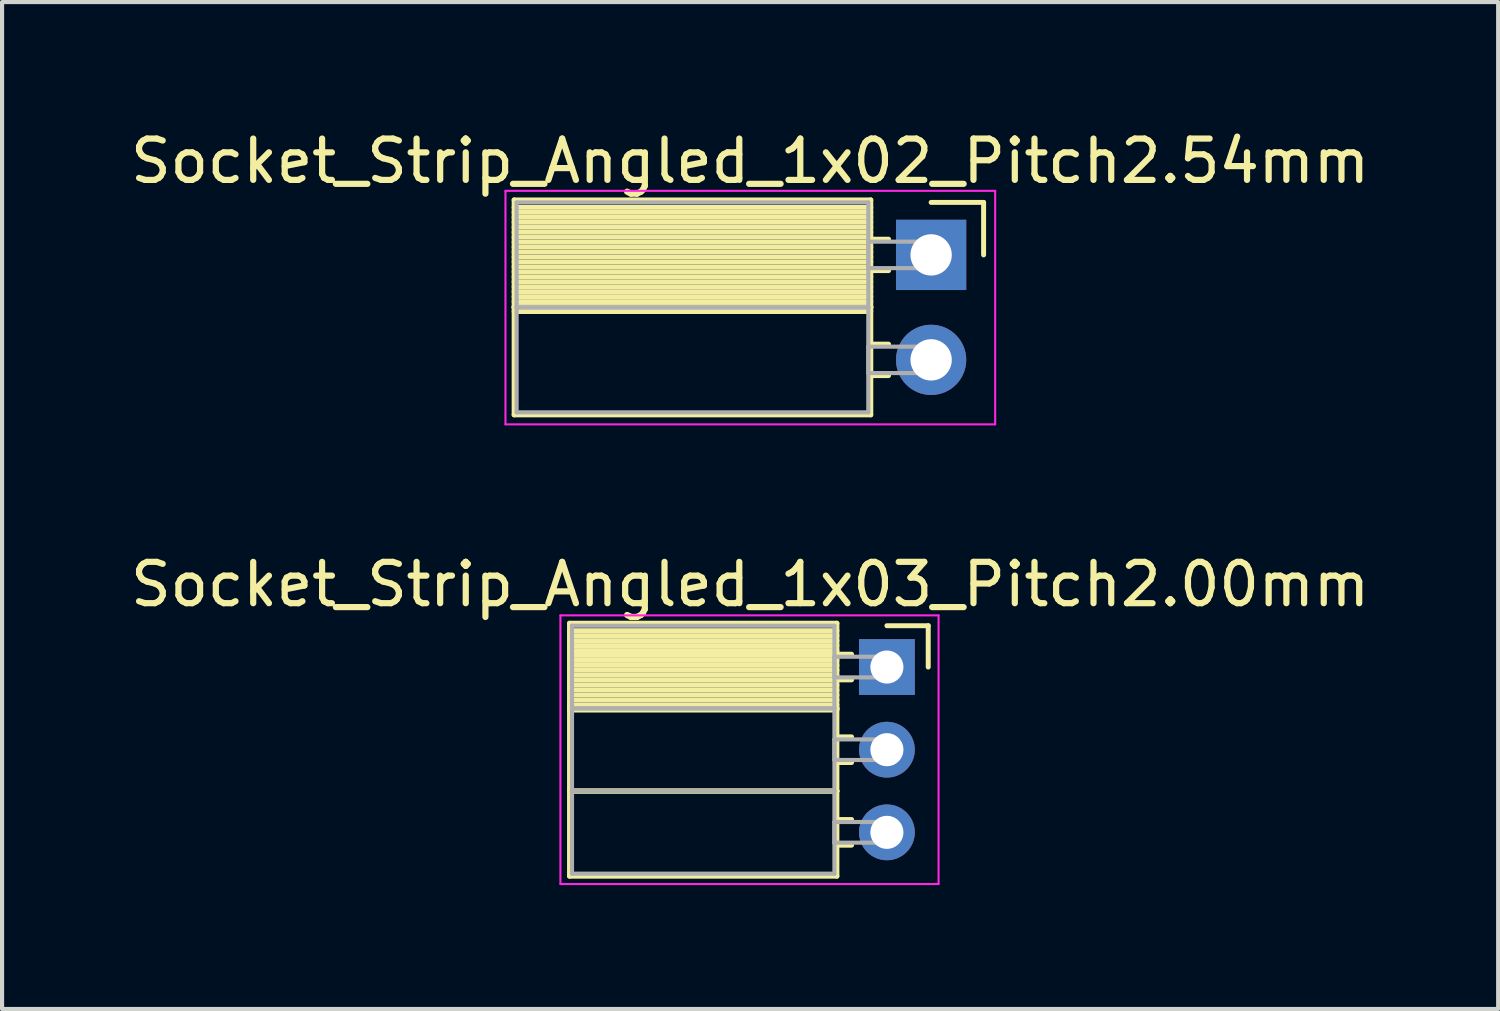
<source format=kicad_pcb>
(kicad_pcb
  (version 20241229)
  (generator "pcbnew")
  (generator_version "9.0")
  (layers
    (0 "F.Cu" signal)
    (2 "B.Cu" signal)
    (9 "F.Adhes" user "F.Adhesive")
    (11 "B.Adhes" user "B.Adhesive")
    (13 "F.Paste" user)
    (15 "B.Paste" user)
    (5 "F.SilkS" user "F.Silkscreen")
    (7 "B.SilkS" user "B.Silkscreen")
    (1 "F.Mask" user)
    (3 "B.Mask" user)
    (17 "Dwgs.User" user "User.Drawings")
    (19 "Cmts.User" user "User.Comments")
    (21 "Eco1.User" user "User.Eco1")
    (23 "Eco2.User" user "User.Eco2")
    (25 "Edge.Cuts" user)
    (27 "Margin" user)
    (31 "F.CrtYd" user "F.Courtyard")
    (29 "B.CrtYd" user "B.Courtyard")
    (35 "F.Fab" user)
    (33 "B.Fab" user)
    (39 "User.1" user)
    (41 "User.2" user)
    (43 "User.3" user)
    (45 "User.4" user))
  (footprint "Socket_Strip_Angled_1x02_Pitch2.54mm"
    (layer "F.Cu")
    (at 19.481 3.118)
    (property "Reference" "Socket_Strip_Angled_1x02_Pitch2.54mm" (at -4.38 -2.27 0) (layer "F.SilkS") (effects (font (size 1 1) (thickness 0.15))))
    (attr through_hole)
    (fp_line (start -10.09 -1.33) (end -1.46 -1.33) (stroke (width 0.12) (type solid)) (layer "F.SilkS"))
    (fp_line (start -10.09 1.27) (end -10.09 -1.33) (stroke (width 0.12) (type solid)) (layer "F.SilkS"))
    (fp_line (start -10.09 1.27) (end -1.46 1.27) (stroke (width 0.12) (type solid)) (layer "F.SilkS"))
    (fp_line (start -10.09 3.87) (end -10.09 1.27) (stroke (width 0.12) (type solid)) (layer "F.SilkS"))
    (fp_line (start -1.46 -1.33) (end -1.46 1.27) (stroke (width 0.12) (type solid)) (layer "F.SilkS"))
    (fp_line (start -1.46 -1.15) (end -10.09 -1.15) (stroke (width 0.12) (type solid)) (layer "F.SilkS"))
    (fp_line (start -1.46 -1.03) (end -10.09 -1.03) (stroke (width 0.12) (type solid)) (layer "F.SilkS"))
    (fp_line (start -1.46 -0.91) (end -10.09 -0.91) (stroke (width 0.12) (type solid)) (layer "F.SilkS"))
    (fp_line (start -1.46 -0.79) (end -10.09 -0.79) (stroke (width 0.12) (type solid)) (layer "F.SilkS"))
    (fp_line (start -1.46 -0.67) (end -10.09 -0.67) (stroke (width 0.12) (type solid)) (layer "F.SilkS"))
    (fp_line (start -1.46 -0.55) (end -10.09 -0.55) (stroke (width 0.12) (type solid)) (layer "F.SilkS"))
    (fp_line (start -1.46 -0.43) (end -10.09 -0.43) (stroke (width 0.12) (type solid)) (layer "F.SilkS"))
    (fp_line (start -1.46 -0.31) (end -10.09 -0.31) (stroke (width 0.12) (type solid)) (layer "F.SilkS"))
    (fp_line (start -1.46 -0.19) (end -10.09 -0.19) (stroke (width 0.12) (type solid)) (layer "F.SilkS"))
    (fp_line (start -1.46 -0.07) (end -10.09 -0.07) (stroke (width 0.12) (type solid)) (layer "F.SilkS"))
    (fp_line (start -1.46 0.05) (end -10.09 0.05) (stroke (width 0.12) (type solid)) (layer "F.SilkS"))
    (fp_line (start -1.46 0.17) (end -10.09 0.17) (stroke (width 0.12) (type solid)) (layer "F.SilkS"))
    (fp_line (start -1.46 0.29) (end -10.09 0.29) (stroke (width 0.12) (type solid)) (layer "F.SilkS"))
    (fp_line (start -1.46 0.41) (end -10.09 0.41) (stroke (width 0.12) (type solid)) (layer "F.SilkS"))
    (fp_line (start -1.46 0.53) (end -10.09 0.53) (stroke (width 0.12) (type solid)) (layer "F.SilkS"))
    (fp_line (start -1.46 0.65) (end -10.09 0.65) (stroke (width 0.12) (type solid)) (layer "F.SilkS"))
    (fp_line (start -1.46 0.77) (end -10.09 0.77) (stroke (width 0.12) (type solid)) (layer "F.SilkS"))
    (fp_line (start -1.46 0.89) (end -10.09 0.89) (stroke (width 0.12) (type solid)) (layer "F.SilkS"))
    (fp_line (start -1.46 1.01) (end -10.09 1.01) (stroke (width 0.12) (type solid)) (layer "F.SilkS"))
    (fp_line (start -1.46 1.13) (end -10.09 1.13) (stroke (width 0.12) (type solid)) (layer "F.SilkS"))
    (fp_line (start -1.46 1.25) (end -10.09 1.25) (stroke (width 0.12) (type solid)) (layer "F.SilkS"))
    (fp_line (start -1.46 1.27) (end -10.09 1.27) (stroke (width 0.12) (type solid)) (layer "F.SilkS"))
    (fp_line (start -1.46 1.27) (end -1.46 3.87) (stroke (width 0.12) (type solid)) (layer "F.SilkS"))
    (fp_line (start -1.46 1.37) (end -10.09 1.37) (stroke (width 0.12) (type solid)) (layer "F.SilkS"))
    (fp_line (start -1.46 3.87) (end -10.09 3.87) (stroke (width 0.12) (type solid)) (layer "F.SilkS"))
    (fp_line (start -1.03 -0.38) (end -1.46 -0.38) (stroke (width 0.12) (type solid)) (layer "F.SilkS"))
    (fp_line (start -1.03 0.38) (end -1.46 0.38) (stroke (width 0.12) (type solid)) (layer "F.SilkS"))
    (fp_line (start -1.03 2.16) (end -1.46 2.16) (stroke (width 0.12) (type solid)) (layer "F.SilkS"))
    (fp_line (start -1.03 2.92) (end -1.46 2.92) (stroke (width 0.12) (type solid)) (layer "F.SilkS"))
    (fp_line (start 0 -1.27) (end 1.27 -1.27) (stroke (width 0.12) (type solid)) (layer "F.SilkS"))
    (fp_line (start 1.27 -1.27) (end 1.27 0) (stroke (width 0.12) (type solid)) (layer "F.SilkS"))
    (fp_line (start -10.3 -1.55) (end 1.55 -1.55) (stroke (width 0.05) (type solid)) (layer "F.CrtYd"))
    (fp_line (start -10.3 4.1) (end -10.3 -1.55) (stroke (width 0.05) (type solid)) (layer "F.CrtYd"))
    (fp_line (start 1.55 -1.55) (end 1.55 4.1) (stroke (width 0.05) (type solid)) (layer "F.CrtYd"))
    (fp_line (start 1.55 4.1) (end -10.3 4.1) (stroke (width 0.05) (type solid)) (layer "F.CrtYd"))
    (fp_line (start -10.03 -1.27) (end -1.52 -1.27) (stroke (width 0.1) (type solid)) (layer "F.Fab"))
    (fp_line (start -10.03 1.27) (end -10.03 -1.27) (stroke (width 0.1) (type solid)) (layer "F.Fab"))
    (fp_line (start -10.03 1.27) (end -1.52 1.27) (stroke (width 0.1) (type solid)) (layer "F.Fab"))
    (fp_line (start -10.03 3.81) (end -10.03 1.27) (stroke (width 0.1) (type solid)) (layer "F.Fab"))
    (fp_line (start -1.52 -1.27) (end -1.52 1.27) (stroke (width 0.1) (type solid)) (layer "F.Fab"))
    (fp_line (start -1.52 -0.32) (end 0 -0.32) (stroke (width 0.1) (type solid)) (layer "F.Fab"))
    (fp_line (start -1.52 0.32) (end -1.52 -0.32) (stroke (width 0.1) (type solid)) (layer "F.Fab"))
    (fp_line (start -1.52 1.27) (end -10.03 1.27) (stroke (width 0.1) (type solid)) (layer "F.Fab"))
    (fp_line (start -1.52 1.27) (end -1.52 3.81) (stroke (width 0.1) (type solid)) (layer "F.Fab"))
    (fp_line (start -1.52 2.22) (end 0 2.22) (stroke (width 0.1) (type solid)) (layer "F.Fab"))
    (fp_line (start -1.52 2.86) (end -1.52 2.22) (stroke (width 0.1) (type solid)) (layer "F.Fab"))
    (fp_line (start -1.52 3.81) (end -10.03 3.81) (stroke (width 0.1) (type solid)) (layer "F.Fab"))
    (fp_line (start 0 -0.32) (end 0 0.32) (stroke (width 0.1) (type solid)) (layer "F.Fab"))
    (fp_line (start 0 0.32) (end -1.52 0.32) (stroke (width 0.1) (type solid)) (layer "F.Fab"))
    (fp_line (start 0 2.22) (end 0 2.86) (stroke (width 0.1) (type solid)) (layer "F.Fab"))
    (fp_line (start 0 2.86) (end -1.52 2.86) (stroke (width 0.1) (type solid)) (layer "F.Fab"))
    (pad "1" thru_hole rect (at 0 0) (size 1.7 1.7) (drill 1) (layers "*.Cu" "*.Mask"))
    (pad "2" thru_hole oval (at 0 2.54) (size 1.7 1.7) (drill 1) (layers "*.Cu" "*.Mask")))
  (footprint "Socket_Strip_Angled_1x03_Pitch2.00mm"
    (layer "F.Cu")
    (at 18.411 13.091)
    (property "Reference" "Socket_Strip_Angled_1x03_Pitch2.00mm" (at -3.31 -2 0) (layer "F.SilkS") (effects (font (size 1 1) (thickness 0.15))))
    (attr through_hole)
    (fp_line (start -7.68 -1.06) (end -1.21 -1.06) (stroke (width 0.12) (type solid)) (layer "F.SilkS"))
    (fp_line (start -7.68 1) (end -7.68 -1.06) (stroke (width 0.12) (type solid)) (layer "F.SilkS"))
    (fp_line (start -7.68 1) (end -1.21 1) (stroke (width 0.12) (type solid)) (layer "F.SilkS"))
    (fp_line (start -7.68 3) (end -7.68 1) (stroke (width 0.12) (type solid)) (layer "F.SilkS"))
    (fp_line (start -7.68 3) (end -1.21 3) (stroke (width 0.12) (type solid)) (layer "F.SilkS"))
    (fp_line (start -7.68 5.06) (end -7.68 3) (stroke (width 0.12) (type solid)) (layer "F.SilkS"))
    (fp_line (start -1.21 -1.06) (end -1.21 1) (stroke (width 0.12) (type solid)) (layer "F.SilkS"))
    (fp_line (start -1.21 -0.88) (end -7.68 -0.88) (stroke (width 0.12) (type solid)) (layer "F.SilkS"))
    (fp_line (start -1.21 -0.76) (end -7.68 -0.76) (stroke (width 0.12) (type solid)) (layer "F.SilkS"))
    (fp_line (start -1.21 -0.64) (end -7.68 -0.64) (stroke (width 0.12) (type solid)) (layer "F.SilkS"))
    (fp_line (start -1.21 -0.52) (end -7.68 -0.52) (stroke (width 0.12) (type solid)) (layer "F.SilkS"))
    (fp_line (start -1.21 -0.4) (end -7.68 -0.4) (stroke (width 0.12) (type solid)) (layer "F.SilkS"))
    (fp_line (start -1.21 -0.28) (end -7.68 -0.28) (stroke (width 0.12) (type solid)) (layer "F.SilkS"))
    (fp_line (start -1.21 -0.16) (end -7.68 -0.16) (stroke (width 0.12) (type solid)) (layer "F.SilkS"))
    (fp_line (start -1.21 -0.04) (end -7.68 -0.04) (stroke (width 0.12) (type solid)) (layer "F.SilkS"))
    (fp_line (start -1.21 0.08) (end -7.68 0.08) (stroke (width 0.12) (type solid)) (layer "F.SilkS"))
    (fp_line (start -1.21 0.2) (end -7.68 0.2) (stroke (width 0.12) (type solid)) (layer "F.SilkS"))
    (fp_line (start -1.21 0.32) (end -7.68 0.32) (stroke (width 0.12) (type solid)) (layer "F.SilkS"))
    (fp_line (start -1.21 0.44) (end -7.68 0.44) (stroke (width 0.12) (type solid)) (layer "F.SilkS"))
    (fp_line (start -1.21 0.56) (end -7.68 0.56) (stroke (width 0.12) (type solid)) (layer "F.SilkS"))
    (fp_line (start -1.21 0.68) (end -7.68 0.68) (stroke (width 0.12) (type solid)) (layer "F.SilkS"))
    (fp_line (start -1.21 0.8) (end -7.68 0.8) (stroke (width 0.12) (type solid)) (layer "F.SilkS"))
    (fp_line (start -1.21 0.92) (end -7.68 0.92) (stroke (width 0.12) (type solid)) (layer "F.SilkS"))
    (fp_line (start -1.21 1) (end -7.68 1) (stroke (width 0.12) (type solid)) (layer "F.SilkS"))
    (fp_line (start -1.21 1) (end -1.21 3) (stroke (width 0.12) (type solid)) (layer "F.SilkS"))
    (fp_line (start -1.21 1.04) (end -7.68 1.04) (stroke (width 0.12) (type solid)) (layer "F.SilkS"))
    (fp_line (start -1.21 3) (end -7.68 3) (stroke (width 0.12) (type solid)) (layer "F.SilkS"))
    (fp_line (start -1.21 3) (end -1.21 5.06) (stroke (width 0.12) (type solid)) (layer "F.SilkS"))
    (fp_line (start -1.21 5.06) (end -7.68 5.06) (stroke (width 0.12) (type solid)) (layer "F.SilkS"))
    (fp_line (start -0.855 -0.31) (end -1.21 -0.31) (stroke (width 0.12) (type solid)) (layer "F.SilkS"))
    (fp_line (start -0.855 0.31) (end -1.21 0.31) (stroke (width 0.12) (type solid)) (layer "F.SilkS"))
    (fp_line (start -0.855 1.69) (end -1.21 1.69) (stroke (width 0.12) (type solid)) (layer "F.SilkS"))
    (fp_line (start -0.855 2.31) (end -1.21 2.31) (stroke (width 0.12) (type solid)) (layer "F.SilkS"))
    (fp_line (start -0.855 3.69) (end -1.21 3.69) (stroke (width 0.12) (type solid)) (layer "F.SilkS"))
    (fp_line (start -0.855 4.31) (end -1.21 4.31) (stroke (width 0.12) (type solid)) (layer "F.SilkS"))
    (fp_line (start 0 -1) (end 1 -1) (stroke (width 0.12) (type solid)) (layer "F.SilkS"))
    (fp_line (start 1 -1) (end 1 0) (stroke (width 0.12) (type solid)) (layer "F.SilkS"))
    (fp_line (start -7.9 -1.25) (end 1.25 -1.25) (stroke (width 0.05) (type solid)) (layer "F.CrtYd"))
    (fp_line (start -7.9 5.25) (end -7.9 -1.25) (stroke (width 0.05) (type solid)) (layer "F.CrtYd"))
    (fp_line (start 1.25 -1.25) (end 1.25 5.25) (stroke (width 0.05) (type solid)) (layer "F.CrtYd"))
    (fp_line (start 1.25 5.25) (end -7.9 5.25) (stroke (width 0.05) (type solid)) (layer "F.CrtYd"))
    (fp_line (start -7.62 -1) (end -1.27 -1) (stroke (width 0.1) (type solid)) (layer "F.Fab"))
    (fp_line (start -7.62 1) (end -7.62 -1) (stroke (width 0.1) (type solid)) (layer "F.Fab"))
    (fp_line (start -7.62 1) (end -1.27 1) (stroke (width 0.1) (type solid)) (layer "F.Fab"))
    (fp_line (start -7.62 3) (end -7.62 1) (stroke (width 0.1) (type solid)) (layer "F.Fab"))
    (fp_line (start -7.62 3) (end -1.27 3) (stroke (width 0.1) (type solid)) (layer "F.Fab"))
    (fp_line (start -7.62 5) (end -7.62 3) (stroke (width 0.1) (type solid)) (layer "F.Fab"))
    (fp_line (start -1.27 -1) (end -1.27 1) (stroke (width 0.1) (type solid)) (layer "F.Fab"))
    (fp_line (start -1.27 -0.25) (end 0 -0.25) (stroke (width 0.1) (type solid)) (layer "F.Fab"))
    (fp_line (start -1.27 0.25) (end -1.27 -0.25) (stroke (width 0.1) (type solid)) (layer "F.Fab"))
    (fp_line (start -1.27 1) (end -7.62 1) (stroke (width 0.1) (type solid)) (layer "F.Fab"))
    (fp_line (start -1.27 1) (end -1.27 3) (stroke (width 0.1) (type solid)) (layer "F.Fab"))
    (fp_line (start -1.27 1.75) (end 0 1.75) (stroke (width 0.1) (type solid)) (layer "F.Fab"))
    (fp_line (start -1.27 2.25) (end -1.27 1.75) (stroke (width 0.1) (type solid)) (layer "F.Fab"))
    (fp_line (start -1.27 3) (end -7.62 3) (stroke (width 0.1) (type solid)) (layer "F.Fab"))
    (fp_line (start -1.27 3) (end -1.27 5) (stroke (width 0.1) (type solid)) (layer "F.Fab"))
    (fp_line (start -1.27 3.75) (end 0 3.75) (stroke (width 0.1) (type solid)) (layer "F.Fab"))
    (fp_line (start -1.27 4.25) (end -1.27 3.75) (stroke (width 0.1) (type solid)) (layer "F.Fab"))
    (fp_line (start -1.27 5) (end -7.62 5) (stroke (width 0.1) (type solid)) (layer "F.Fab"))
    (fp_line (start 0 -0.25) (end 0 0.25) (stroke (width 0.1) (type solid)) (layer "F.Fab"))
    (fp_line (start 0 0.25) (end -1.27 0.25) (stroke (width 0.1) (type solid)) (layer "F.Fab"))
    (fp_line (start 0 1.75) (end 0 2.25) (stroke (width 0.1) (type solid)) (layer "F.Fab"))
    (fp_line (start 0 2.25) (end -1.27 2.25) (stroke (width 0.1) (type solid)) (layer "F.Fab"))
    (fp_line (start 0 3.75) (end 0 4.25) (stroke (width 0.1) (type solid)) (layer "F.Fab"))
    (fp_line (start 0 4.25) (end -1.27 4.25) (stroke (width 0.1) (type solid)) (layer "F.Fab"))
    (pad "1" thru_hole rect (at 0 0) (size 1.35 1.35) (drill 0.8) (layers "*.Cu" "*.Mask"))
    (pad "2" thru_hole oval (at 0 2) (size 1.35 1.35) (drill 0.8) (layers "*.Cu" "*.Mask"))
    (pad "3" thru_hole oval (at 0 4) (size 1.35 1.35) (drill 0.8) (layers "*.Cu" "*.Mask")))
  (gr_rect
    (start -3 -3)
    (end 33.202 21.366)
    (stroke (width 0.1) (type default))
    (fill no)
    (layer "Edge.Cuts")))
</source>
